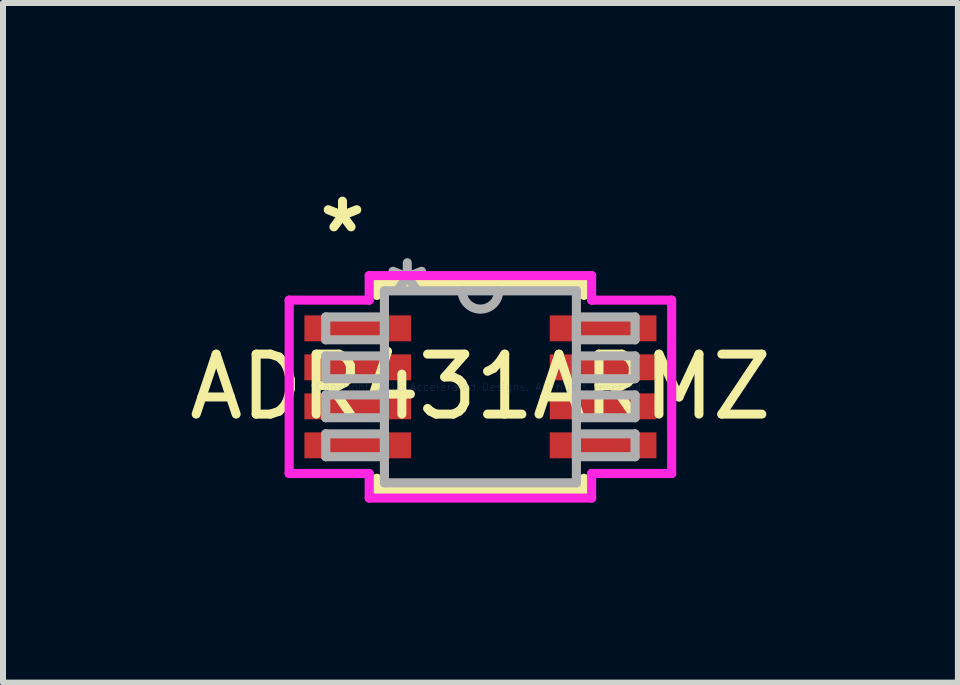
<source format=kicad_pcb>
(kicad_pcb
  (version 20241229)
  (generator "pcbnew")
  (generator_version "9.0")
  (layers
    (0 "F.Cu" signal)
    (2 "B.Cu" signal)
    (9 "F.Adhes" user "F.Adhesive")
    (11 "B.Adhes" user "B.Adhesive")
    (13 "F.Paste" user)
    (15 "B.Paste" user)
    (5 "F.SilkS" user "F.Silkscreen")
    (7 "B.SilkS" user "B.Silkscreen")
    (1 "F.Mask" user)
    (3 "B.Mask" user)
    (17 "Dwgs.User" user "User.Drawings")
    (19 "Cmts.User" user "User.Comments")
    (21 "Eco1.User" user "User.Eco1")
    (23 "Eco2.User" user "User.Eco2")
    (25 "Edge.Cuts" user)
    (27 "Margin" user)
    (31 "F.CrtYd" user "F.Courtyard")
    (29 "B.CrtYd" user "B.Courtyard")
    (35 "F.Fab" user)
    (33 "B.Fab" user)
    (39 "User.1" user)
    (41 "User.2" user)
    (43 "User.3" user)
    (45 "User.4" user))
  (footprint "ADR431ARMZ"
    (layer "F.Cu")
    (at 4.958 3.398)
    (property "Reference" "ADR431ARMZ" (at 0 0 0) (layer "F.SilkS") (effects (font (size 1 1) (thickness 0.15))))
    (attr through_hole)
    (fp_line (start -1.727 -1.727) (end -1.727 -1.524) (stroke (width 0.152) (type solid)) (layer "F.SilkS"))
    (fp_line (start -1.727 1.524) (end -1.727 1.727) (stroke (width 0.152) (type solid)) (layer "F.SilkS"))
    (fp_line (start -1.727 1.727) (end 1.727 1.727) (stroke (width 0.152) (type solid)) (layer "F.SilkS"))
    (fp_line (start 1.727 -1.727) (end -1.727 -1.727) (stroke (width 0.152) (type solid)) (layer "F.SilkS"))
    (fp_line (start 1.727 -1.524) (end 1.727 -1.727) (stroke (width 0.152) (type solid)) (layer "F.SilkS"))
    (fp_line (start 1.727 1.727) (end 1.727 1.524) (stroke (width 0.152) (type solid)) (layer "F.SilkS"))
    (fp_line (start -3.188 -1.445) (end -1.854 -1.445) (stroke (width 0.152) (type solid)) (layer "F.CrtYd"))
    (fp_line (start -3.188 1.445) (end -3.188 -1.445) (stroke (width 0.152) (type solid)) (layer "F.CrtYd"))
    (fp_line (start -1.854 -1.854) (end 1.854 -1.854) (stroke (width 0.152) (type solid)) (layer "F.CrtYd"))
    (fp_line (start -1.854 -1.445) (end -1.854 -1.854) (stroke (width 0.152) (type solid)) (layer "F.CrtYd"))
    (fp_line (start -1.854 1.445) (end -3.188 1.445) (stroke (width 0.152) (type solid)) (layer "F.CrtYd"))
    (fp_line (start -1.854 1.854) (end -1.854 1.445) (stroke (width 0.152) (type solid)) (layer "F.CrtYd"))
    (fp_line (start 1.854 -1.854) (end 1.854 -1.445) (stroke (width 0.152) (type solid)) (layer "F.CrtYd"))
    (fp_line (start 1.854 -1.445) (end 3.188 -1.445) (stroke (width 0.152) (type solid)) (layer "F.CrtYd"))
    (fp_line (start 1.854 1.445) (end 1.854 1.854) (stroke (width 0.152) (type solid)) (layer "F.CrtYd"))
    (fp_line (start 1.854 1.854) (end -1.854 1.854) (stroke (width 0.152) (type solid)) (layer "F.CrtYd"))
    (fp_line (start 3.188 -1.445) (end 3.188 1.445) (stroke (width 0.152) (type solid)) (layer "F.CrtYd"))
    (fp_line (start 3.188 1.445) (end 1.854 1.445) (stroke (width 0.152) (type solid)) (layer "F.CrtYd"))
    (fp_line (start -2.578 -1.165) (end -2.578 -0.784) (stroke (width 0.152) (type solid)) (layer "F.Fab"))
    (fp_line (start -2.578 -0.784) (end -1.6 -0.784) (stroke (width 0.152) (type solid)) (layer "F.Fab"))
    (fp_line (start -2.578 -0.515) (end -2.578 -0.135) (stroke (width 0.152) (type solid)) (layer "F.Fab"))
    (fp_line (start -2.578 -0.135) (end -1.6 -0.135) (stroke (width 0.152) (type solid)) (layer "F.Fab"))
    (fp_line (start -2.578 0.135) (end -2.578 0.515) (stroke (width 0.152) (type solid)) (layer "F.Fab"))
    (fp_line (start -2.578 0.515) (end -1.6 0.515) (stroke (width 0.152) (type solid)) (layer "F.Fab"))
    (fp_line (start -2.578 0.784) (end -2.578 1.165) (stroke (width 0.152) (type solid)) (layer "F.Fab"))
    (fp_line (start -2.578 1.165) (end -1.6 1.165) (stroke (width 0.152) (type solid)) (layer "F.Fab"))
    (fp_line (start -1.6 -1.6) (end -1.6 1.6) (stroke (width 0.152) (type solid)) (layer "F.Fab"))
    (fp_line (start -1.6 -1.165) (end -2.578 -1.165) (stroke (width 0.152) (type solid)) (layer "F.Fab"))
    (fp_line (start -1.6 -0.784) (end -1.6 -1.165) (stroke (width 0.152) (type solid)) (layer "F.Fab"))
    (fp_line (start -1.6 -0.515) (end -2.578 -0.515) (stroke (width 0.152) (type solid)) (layer "F.Fab"))
    (fp_line (start -1.6 -0.135) (end -1.6 -0.515) (stroke (width 0.152) (type solid)) (layer "F.Fab"))
    (fp_line (start -1.6 0.135) (end -2.578 0.135) (stroke (width 0.152) (type solid)) (layer "F.Fab"))
    (fp_line (start -1.6 0.515) (end -1.6 0.135) (stroke (width 0.152) (type solid)) (layer "F.Fab"))
    (fp_line (start -1.6 0.784) (end -2.578 0.784) (stroke (width 0.152) (type solid)) (layer "F.Fab"))
    (fp_line (start -1.6 1.165) (end -1.6 0.784) (stroke (width 0.152) (type solid)) (layer "F.Fab"))
    (fp_line (start -1.6 1.6) (end 1.6 1.6) (stroke (width 0.152) (type solid)) (layer "F.Fab"))
    (fp_line (start 1.6 -1.6) (end -1.6 -1.6) (stroke (width 0.152) (type solid)) (layer "F.Fab"))
    (fp_line (start 1.6 -1.165) (end 1.6 -0.784) (stroke (width 0.152) (type solid)) (layer "F.Fab"))
    (fp_line (start 1.6 -0.784) (end 2.578 -0.784) (stroke (width 0.152) (type solid)) (layer "F.Fab"))
    (fp_line (start 1.6 -0.515) (end 1.6 -0.135) (stroke (width 0.152) (type solid)) (layer "F.Fab"))
    (fp_line (start 1.6 -0.135) (end 2.578 -0.135) (stroke (width 0.152) (type solid)) (layer "F.Fab"))
    (fp_line (start 1.6 0.135) (end 1.6 0.515) (stroke (width 0.152) (type solid)) (layer "F.Fab"))
    (fp_line (start 1.6 0.515) (end 2.578 0.515) (stroke (width 0.152) (type solid)) (layer "F.Fab"))
    (fp_line (start 1.6 0.784) (end 1.6 1.165) (stroke (width 0.152) (type solid)) (layer "F.Fab"))
    (fp_line (start 1.6 1.165) (end 2.578 1.165) (stroke (width 0.152) (type solid)) (layer "F.Fab"))
    (fp_line (start 1.6 1.6) (end 1.6 -1.6) (stroke (width 0.152) (type solid)) (layer "F.Fab"))
    (fp_line (start 2.578 -1.165) (end 1.6 -1.165) (stroke (width 0.152) (type solid)) (layer "F.Fab"))
    (fp_line (start 2.578 -0.784) (end 2.578 -1.165) (stroke (width 0.152) (type solid)) (layer "F.Fab"))
    (fp_line (start 2.578 -0.515) (end 1.6 -0.515) (stroke (width 0.152) (type solid)) (layer "F.Fab"))
    (fp_line (start 2.578 -0.135) (end 2.578 -0.515) (stroke (width 0.152) (type solid)) (layer "F.Fab"))
    (fp_line (start 2.578 0.135) (end 1.6 0.135) (stroke (width 0.152) (type solid)) (layer "F.Fab"))
    (fp_line (start 2.578 0.515) (end 2.578 0.135) (stroke (width 0.152) (type solid)) (layer "F.Fab"))
    (fp_line (start 2.578 0.784) (end 1.6 0.784) (stroke (width 0.152) (type solid)) (layer "F.Fab"))
    (fp_line (start 2.578 1.165) (end 2.578 0.784) (stroke (width 0.152) (type solid)) (layer "F.Fab"))
    (fp_arc (start 0.3048 -1.6002) (mid 0 -1.2954) (end -0.3048 -1.6002) (stroke (width 0.1524) (type solid)) (layer "F.Fab"))
    (fp_text user "*" (at -2.299 -2.55 0) (layer "F.SilkS") (effects (font (size 1 1) (thickness 0.15))))
    (fp_text user "Copyright 2016 Accelerated Designs. All rights reserved." (at 0 0 0) (layer "Cmts.User") (effects (font (size 0.127 0.127) (thickness 0.002))))
    (fp_text user "*" (at -1.219 -1.524 0) (layer "F.Fab") (effects (font (size 1 1) (thickness 0.15))))
    (pad "1" smd rect (at -2.045 -0.975) (size 1.778 0.432) (layers "F.Cu" "F.Mask" "F.Paste"))
    (pad "2" smd rect (at -2.045 -0.325) (size 1.778 0.432) (layers "F.Cu" "F.Mask" "F.Paste"))
    (pad "3" smd rect (at -2.045 0.325) (size 1.778 0.432) (layers "F.Cu" "F.Mask" "F.Paste"))
    (pad "4" smd rect (at -2.045 0.975) (size 1.778 0.432) (layers "F.Cu" "F.Mask" "F.Paste"))
    (pad "5" smd rect (at 2.045 0.975) (size 1.778 0.432) (layers "F.Cu" "F.Mask" "F.Paste"))
    (pad "6" smd rect (at 2.045 0.325) (size 1.778 0.432) (layers "F.Cu" "F.Mask" "F.Paste"))
    (pad "7" smd rect (at 2.045 -0.325) (size 1.778 0.432) (layers "F.Cu" "F.Mask" "F.Paste"))
    (pad "8" smd rect (at 2.045 -0.975) (size 1.778 0.432) (layers "F.Cu" "F.Mask" "F.Paste")))
  (gr_rect
    (start -3 -3)
    (end 12.917 8.328)
    (stroke (width 0.1) (type default))
    (fill no)
    (layer "Edge.Cuts")))
</source>
